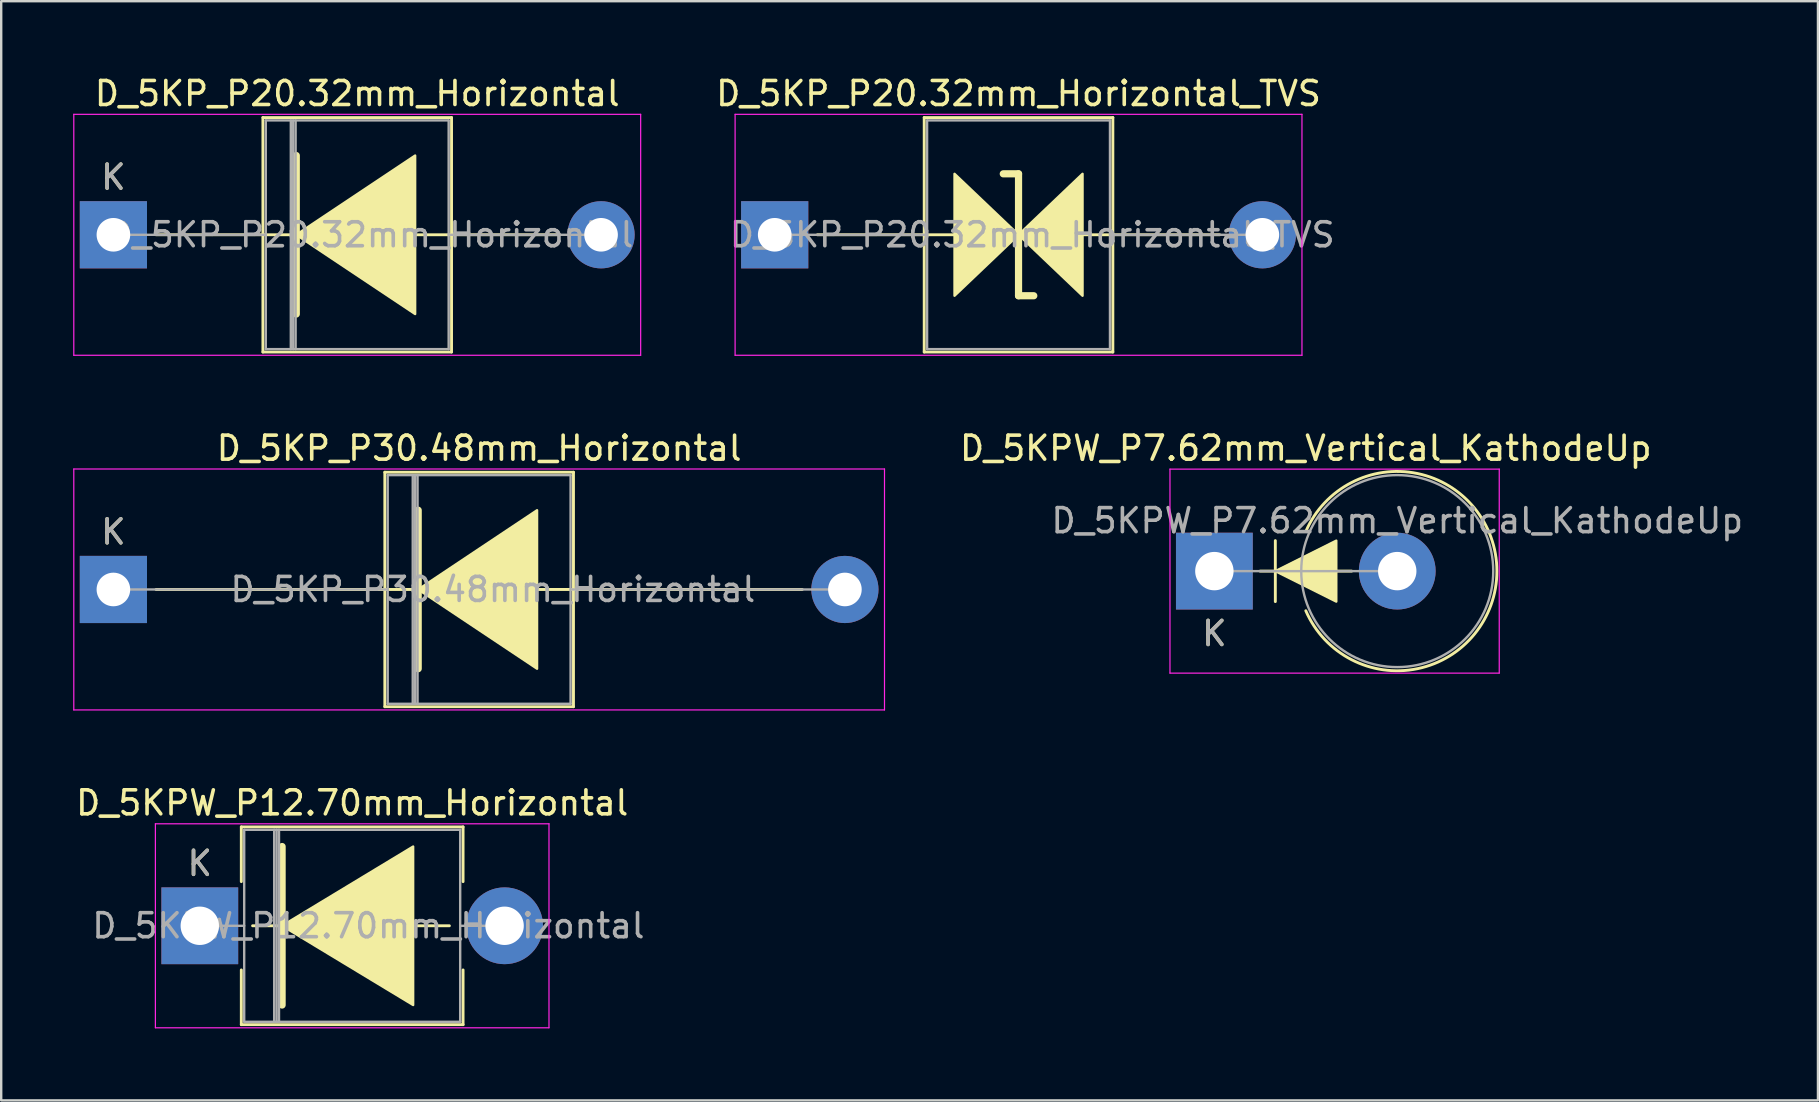
<source format=kicad_pcb>
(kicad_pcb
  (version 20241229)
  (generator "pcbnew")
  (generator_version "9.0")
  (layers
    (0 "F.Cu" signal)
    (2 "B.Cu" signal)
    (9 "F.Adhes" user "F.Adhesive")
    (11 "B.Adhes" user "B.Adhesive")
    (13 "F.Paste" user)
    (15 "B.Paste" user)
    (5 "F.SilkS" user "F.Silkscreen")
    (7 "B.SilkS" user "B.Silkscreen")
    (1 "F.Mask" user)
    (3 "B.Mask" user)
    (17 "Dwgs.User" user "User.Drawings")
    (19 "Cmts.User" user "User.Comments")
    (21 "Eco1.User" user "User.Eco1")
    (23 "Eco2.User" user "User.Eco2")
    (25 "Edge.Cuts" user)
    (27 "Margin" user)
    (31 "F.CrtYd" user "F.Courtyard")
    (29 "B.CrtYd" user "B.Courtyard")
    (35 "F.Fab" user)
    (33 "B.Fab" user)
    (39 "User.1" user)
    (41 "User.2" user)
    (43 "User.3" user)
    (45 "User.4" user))
  (footprint "D_5KPW_P12.70mm_Horizontal"
    (layer "F.Cu")
    (at 5.275 35.525)
    (property "Reference" "D_5KPW_P12.70mm_Horizontal" (at 6.35 -5.12 0) (layer "F.SilkS") (effects (font (size 1 1) (thickness 0.15))))
    (attr through_hole)
    (fp_line (start 1.73 -4.12) (end 10.97 -4.12) (stroke (width 0.12) (type solid)) (layer "F.SilkS"))
    (fp_line (start 1.73 -1.84) (end 1.73 -4.12) (stroke (width 0.12) (type solid)) (layer "F.SilkS"))
    (fp_line (start 1.73 1.84) (end 1.73 4.12) (stroke (width 0.12) (type solid)) (layer "F.SilkS"))
    (fp_line (start 1.73 4.12) (end 10.97 4.12) (stroke (width 0.12) (type solid)) (layer "F.SilkS"))
    (fp_line (start 2.2 0) (end 3.429 0) (stroke (width 0.12) (type solid)) (layer "F.SilkS"))
    (fp_line (start 3.429 -3.302) (end 3.429 3.302) (stroke (width 0.3) (type solid)) (layer "F.SilkS"))
    (fp_line (start 10.4 0) (end 8.4 0) (stroke (width 0.12) (type solid)) (layer "F.SilkS"))
    (fp_line (start 10.97 -4.12) (end 10.97 -1.84) (stroke (width 0.12) (type solid)) (layer "F.SilkS"))
    (fp_line (start 10.97 4.12) (end 10.97 1.84) (stroke (width 0.12) (type solid)) (layer "F.SilkS"))
    (fp_poly (pts (xy 8.89 3.302) (xy 3.429 0) (xy 8.89 -3.302)) (stroke (width 0.1) (type solid)) (fill yes) (layer "F.SilkS"))
    (fp_line (start -1.85 -4.25) (end -1.85 4.25) (stroke (width 0.05) (type solid)) (layer "F.CrtYd"))
    (fp_line (start -1.85 4.25) (end 14.55 4.25) (stroke (width 0.05) (type solid)) (layer "F.CrtYd"))
    (fp_line (start 14.55 -4.25) (end -1.85 -4.25) (stroke (width 0.05) (type solid)) (layer "F.CrtYd"))
    (fp_line (start 14.55 4.25) (end 14.55 -4.25) (stroke (width 0.05) (type solid)) (layer "F.CrtYd"))
    (fp_line (start 0 0) (end 1.85 0) (stroke (width 0.1) (type solid)) (layer "F.Fab"))
    (fp_line (start 1.85 -4) (end 1.85 4) (stroke (width 0.1) (type solid)) (layer "F.Fab"))
    (fp_line (start 1.85 4) (end 10.85 4) (stroke (width 0.1) (type solid)) (layer "F.Fab"))
    (fp_line (start 3.1 -4) (end 3.1 4) (stroke (width 0.1) (type solid)) (layer "F.Fab"))
    (fp_line (start 3.2 -4) (end 3.2 4) (stroke (width 0.1) (type solid)) (layer "F.Fab"))
    (fp_line (start 3.3 -4) (end 3.3 4) (stroke (width 0.1) (type solid)) (layer "F.Fab"))
    (fp_line (start 10.85 -4) (end 1.85 -4) (stroke (width 0.1) (type solid)) (layer "F.Fab"))
    (fp_line (start 10.85 4) (end 10.85 -4) (stroke (width 0.1) (type solid)) (layer "F.Fab"))
    (fp_line (start 12.7 0) (end 10.85 0) (stroke (width 0.1) (type solid)) (layer "F.Fab"))
    (fp_text user "K" (at 0 -2.6 0) (layer "F.SilkS") (effects (font (size 1 1) (thickness 0.15))))
    (fp_text user "K" (at 0 -2.6 0) (layer "F.Fab") (effects (font (size 1 1) (thickness 0.15))))
    (fp_text user "${REFERENCE}" (at 7.025 0 0) (layer "F.Fab") (effects (font (size 1 1) (thickness 0.15))))
    (pad "1" thru_hole rect (at 0 0) (size 3.2 3.2) (drill 1.6) (layers "*.Cu" "*.Mask"))
    (pad "2" thru_hole oval (at 12.7 0) (size 3.2 3.2) (drill 1.6) (layers "*.Cu" "*.Mask")))
  (footprint "D_5KP_P30.48mm_Horizontal"
    (layer "F.Cu")
    (at 1.675 21.512)
    (property "Reference" "D_5KP_P30.48mm_Horizontal" (at 15.24 -5.885 0) (layer "F.SilkS") (effects (font (size 1 1) (thickness 0.15))))
    (attr through_hole)
    (fp_line (start 1.778 0) (end 12.573 0) (stroke (width 0.12) (type solid)) (layer "F.SilkS"))
    (fp_line (start 11.31 -4.885) (end 11.31 4.885) (stroke (width 0.12) (type solid)) (layer "F.SilkS"))
    (fp_line (start 11.31 4.885) (end 19.17 4.885) (stroke (width 0.12) (type solid)) (layer "F.SilkS"))
    (fp_line (start 12.7 -3.302) (end 12.7 3.302) (stroke (width 0.3) (type solid)) (layer "F.SilkS"))
    (fp_line (start 19.17 -4.885) (end 11.31 -4.885) (stroke (width 0.12) (type solid)) (layer "F.SilkS"))
    (fp_line (start 19.17 4.885) (end 19.17 -4.885) (stroke (width 0.12) (type solid)) (layer "F.SilkS"))
    (fp_line (start 28.702 0) (end 17.69 0) (stroke (width 0.12) (type solid)) (layer "F.SilkS"))
    (fp_poly (pts (xy 17.653 3.302) (xy 12.7 0) (xy 17.653 -3.302)) (stroke (width 0.1) (type solid)) (fill yes) (layer "F.SilkS"))
    (fp_line (start -1.65 -5.02) (end -1.65 5.02) (stroke (width 0.05) (type solid)) (layer "F.CrtYd"))
    (fp_line (start -1.65 5.02) (end 32.13 5.02) (stroke (width 0.05) (type solid)) (layer "F.CrtYd"))
    (fp_line (start 32.13 -5.02) (end -1.65 -5.02) (stroke (width 0.05) (type solid)) (layer "F.CrtYd"))
    (fp_line (start 32.13 5.02) (end 32.13 -5.02) (stroke (width 0.05) (type solid)) (layer "F.CrtYd"))
    (fp_line (start 0 0) (end 11.43 0) (stroke (width 0.1) (type solid)) (layer "F.Fab"))
    (fp_line (start 11.43 -4.765) (end 11.43 4.765) (stroke (width 0.1) (type solid)) (layer "F.Fab"))
    (fp_line (start 11.43 4.765) (end 19.05 4.765) (stroke (width 0.1) (type solid)) (layer "F.Fab"))
    (fp_line (start 12.473 -4.765) (end 12.473 4.765) (stroke (width 0.1) (type solid)) (layer "F.Fab"))
    (fp_line (start 12.573 -4.765) (end 12.573 4.765) (stroke (width 0.1) (type solid)) (layer "F.Fab"))
    (fp_line (start 12.673 -4.765) (end 12.673 4.765) (stroke (width 0.1) (type solid)) (layer "F.Fab"))
    (fp_line (start 19.05 -4.765) (end 11.43 -4.765) (stroke (width 0.1) (type solid)) (layer "F.Fab"))
    (fp_line (start 19.05 4.765) (end 19.05 -4.765) (stroke (width 0.1) (type solid)) (layer "F.Fab"))
    (fp_line (start 30.48 0) (end 19.05 0) (stroke (width 0.1) (type solid)) (layer "F.Fab"))
    (fp_text user "K" (at 0 -2.4 0) (layer "F.SilkS") (effects (font (size 1 1) (thickness 0.15))))
    (fp_text user "${REFERENCE}" (at 15.812 0 0) (layer "F.Fab") (effects (font (size 1 1) (thickness 0.15))))
    (fp_text user "K" (at 0 -2.4 0) (layer "F.Fab") (effects (font (size 1 1) (thickness 0.15))))
    (pad "1" thru_hole rect (at 0 0) (size 2.8 2.8) (drill 1.4) (layers "*.Cu" "*.Mask"))
    (pad "2" thru_hole oval (at 30.48 0) (size 2.8 2.8) (drill 1.4) (layers "*.Cu" "*.Mask")))
  (footprint "D_5KPW_P7.62mm_Vertical_KathodeUp"
    (layer "F.Cu")
    (at 47.55 20.747)
    (property "Reference" "D_5KPW_P7.62mm_Vertical_KathodeUp" (at 3.81 -5.12 0) (layer "F.SilkS") (effects (font (size 1 1) (thickness 0.15))))
    (attr through_hole)
    (fp_line (start 1.905 0) (end 5.72 0) (stroke (width 0.12) (type solid)) (layer "F.SilkS"))
    (fp_line (start 2.54 1.27) (end 2.54 -1.27) (stroke (width 0.12) (type solid)) (layer "F.SilkS"))
    (fp_arc (start 3.810001 -1.651) (mid 11.772336 0) (end 3.810001 1.650999) (stroke (width 0.12) (type solid)) (layer "F.SilkS"))
    (fp_poly (pts (xy 5.08 1.27) (xy 2.54 0) (xy 5.08 -1.27)) (stroke (width 0.1) (type solid)) (fill yes) (layer "F.SilkS"))
    (fp_line (start -1.85 -4.25) (end -1.85 4.25) (stroke (width 0.05) (type solid)) (layer "F.CrtYd"))
    (fp_line (start -1.85 4.25) (end 11.87 4.25) (stroke (width 0.05) (type solid)) (layer "F.CrtYd"))
    (fp_line (start 11.87 -4.25) (end -1.85 -4.25) (stroke (width 0.05) (type solid)) (layer "F.CrtYd"))
    (fp_line (start 11.87 4.25) (end 11.87 -4.25) (stroke (width 0.05) (type solid)) (layer "F.CrtYd"))
    (fp_line (start 0 0) (end 7.62 0) (stroke (width 0.1) (type solid)) (layer "F.Fab"))
    (fp_circle (center 7.62 0) (end 11.62 0) (stroke (width 0.1) (type solid)) (fill no) (layer "F.Fab"))
    (fp_text user "K" (at 0 2.6 0) (layer "F.SilkS") (effects (font (size 1 1) (thickness 0.15))))
    (fp_text user "${REFERENCE}" (at 7.62 -2.1 0) (layer "F.Fab") (effects (font (size 1 1) (thickness 0.15))))
    (fp_text user "K" (at 0 2.6 0) (layer "F.Fab") (effects (font (size 1 1) (thickness 0.15))))
    (pad "1" thru_hole rect (at 0 0) (size 3.2 3.2) (drill 1.6) (layers "*.Cu" "*.Mask"))
    (pad "2" thru_hole oval (at 7.62 0) (size 3.2 3.2) (drill 1.6) (layers "*.Cu" "*.Mask")))
  (footprint "D_5KP_P20.32mm_Horizontal_TVS"
    (layer "F.Cu")
    (at 29.23 6.733)
    (property "Reference" "D_5KP_P20.32mm_Horizontal_TVS" (at 10.16 -5.885 0) (layer "F.SilkS") (effects (font (size 1 1) (thickness 0.15))))
    (attr through_hole)
    (fp_line (start 1.778 0) (end 7.493 0) (stroke (width 0.12) (type solid)) (layer "F.SilkS"))
    (fp_line (start 6.23 -4.885) (end 6.23 4.885) (stroke (width 0.12) (type solid)) (layer "F.SilkS"))
    (fp_line (start 6.23 4.885) (end 14.09 4.885) (stroke (width 0.12) (type solid)) (layer "F.SilkS"))
    (fp_line (start 10.16 -2.54) (end 9.525 -2.54) (stroke (width 0.3) (type solid)) (layer "F.SilkS"))
    (fp_line (start 10.16 2.54) (end 10.16 -2.54) (stroke (width 0.3) (type solid)) (layer "F.SilkS"))
    (fp_line (start 10.795 2.54) (end 10.16 2.54) (stroke (width 0.3) (type solid)) (layer "F.SilkS"))
    (fp_line (start 14.09 -4.885) (end 6.23 -4.885) (stroke (width 0.12) (type solid)) (layer "F.SilkS"))
    (fp_line (start 14.09 4.885) (end 14.09 -4.885) (stroke (width 0.12) (type solid)) (layer "F.SilkS"))
    (fp_line (start 18.542 0) (end 12.827 0) (stroke (width 0.12) (type solid)) (layer "F.SilkS"))
    (fp_poly (pts (xy 10.16 0) (xy 7.493 2.54) (xy 7.493 -2.54)) (stroke (width 0.1) (type solid)) (fill yes) (layer "F.SilkS"))
    (fp_poly (pts (xy 10.16 0) (xy 12.827 -2.54) (xy 12.827 2.54)) (stroke (width 0.1) (type solid)) (fill yes) (layer "F.SilkS"))
    (fp_line (start -1.65 -5.02) (end -1.65 5.02) (stroke (width 0.05) (type solid)) (layer "F.CrtYd"))
    (fp_line (start -1.65 5.02) (end 21.97 5.02) (stroke (width 0.05) (type solid)) (layer "F.CrtYd"))
    (fp_line (start 21.97 -5.02) (end -1.65 -5.02) (stroke (width 0.05) (type solid)) (layer "F.CrtYd"))
    (fp_line (start 21.97 5.02) (end 21.97 -5.02) (stroke (width 0.05) (type solid)) (layer "F.CrtYd"))
    (fp_line (start 0 0) (end 6.35 0) (stroke (width 0.1) (type solid)) (layer "F.Fab"))
    (fp_line (start 6.35 -4.765) (end 6.35 4.765) (stroke (width 0.1) (type solid)) (layer "F.Fab"))
    (fp_line (start 6.35 4.765) (end 13.97 4.765) (stroke (width 0.1) (type solid)) (layer "F.Fab"))
    (fp_line (start 13.97 -4.765) (end 6.35 -4.765) (stroke (width 0.1) (type solid)) (layer "F.Fab"))
    (fp_line (start 13.97 4.765) (end 13.97 -4.765) (stroke (width 0.1) (type solid)) (layer "F.Fab"))
    (fp_line (start 20.32 0) (end 13.97 0) (stroke (width 0.1) (type solid)) (layer "F.Fab"))
    (fp_text user "${REFERENCE}" (at 10.732 0 0) (layer "F.Fab") (effects (font (size 1 1) (thickness 0.15))))
    (pad "1" thru_hole rect (at 0 0) (size 2.8 2.8) (drill 1.4) (layers "*.Cu" "*.Mask"))
    (pad "2" thru_hole oval (at 20.32 0) (size 2.8 2.8) (drill 1.4) (layers "*.Cu" "*.Mask")))
  (footprint "D_5KP_P20.32mm_Horizontal"
    (layer "F.Cu")
    (at 1.675 6.733)
    (property "Reference" "D_5KP_P20.32mm_Horizontal" (at 10.16 -5.885 0) (layer "F.SilkS") (effects (font (size 1 1) (thickness 0.15))))
    (attr through_hole)
    (fp_line (start 1.778 0) (end 7.493 0) (stroke (width 0.12) (type solid)) (layer "F.SilkS"))
    (fp_line (start 6.23 -4.885) (end 6.23 4.885) (stroke (width 0.12) (type solid)) (layer "F.SilkS"))
    (fp_line (start 6.23 4.885) (end 14.09 4.885) (stroke (width 0.12) (type solid)) (layer "F.SilkS"))
    (fp_line (start 7.62 -3.302) (end 7.62 3.302) (stroke (width 0.3) (type solid)) (layer "F.SilkS"))
    (fp_line (start 14.09 -4.885) (end 6.23 -4.885) (stroke (width 0.12) (type solid)) (layer "F.SilkS"))
    (fp_line (start 14.09 4.885) (end 14.09 -4.885) (stroke (width 0.12) (type solid)) (layer "F.SilkS"))
    (fp_line (start 18.542 0) (end 12.61 0) (stroke (width 0.12) (type solid)) (layer "F.SilkS"))
    (fp_poly (pts (xy 12.573 3.302) (xy 7.62 0) (xy 12.573 -3.302)) (stroke (width 0.1) (type solid)) (fill yes) (layer "F.SilkS"))
    (fp_line (start -1.65 -5.02) (end -1.65 5.02) (stroke (width 0.05) (type solid)) (layer "F.CrtYd"))
    (fp_line (start -1.65 5.02) (end 21.97 5.02) (stroke (width 0.05) (type solid)) (layer "F.CrtYd"))
    (fp_line (start 21.97 -5.02) (end -1.65 -5.02) (stroke (width 0.05) (type solid)) (layer "F.CrtYd"))
    (fp_line (start 21.97 5.02) (end 21.97 -5.02) (stroke (width 0.05) (type solid)) (layer "F.CrtYd"))
    (fp_line (start 0 0) (end 6.35 0) (stroke (width 0.1) (type solid)) (layer "F.Fab"))
    (fp_line (start 6.35 -4.765) (end 6.35 4.765) (stroke (width 0.1) (type solid)) (layer "F.Fab"))
    (fp_line (start 6.35 4.765) (end 13.97 4.765) (stroke (width 0.1) (type solid)) (layer "F.Fab"))
    (fp_line (start 7.393 -4.765) (end 7.393 4.765) (stroke (width 0.1) (type solid)) (layer "F.Fab"))
    (fp_line (start 7.493 -4.765) (end 7.493 4.765) (stroke (width 0.1) (type solid)) (layer "F.Fab"))
    (fp_line (start 7.593 -4.765) (end 7.593 4.765) (stroke (width 0.1) (type solid)) (layer "F.Fab"))
    (fp_line (start 13.97 -4.765) (end 6.35 -4.765) (stroke (width 0.1) (type solid)) (layer "F.Fab"))
    (fp_line (start 13.97 4.765) (end 13.97 -4.765) (stroke (width 0.1) (type solid)) (layer "F.Fab"))
    (fp_line (start 20.32 0) (end 13.97 0) (stroke (width 0.1) (type solid)) (layer "F.Fab"))
    (fp_text user "K" (at 0 -2.4 0) (layer "F.SilkS") (effects (font (size 1 1) (thickness 0.15))))
    (fp_text user "${REFERENCE}" (at 10.732 0 0) (layer "F.Fab") (effects (font (size 1 1) (thickness 0.15))))
    (fp_text user "K" (at 0 -2.4 0) (layer "F.Fab") (effects (font (size 1 1) (thickness 0.15))))
    (pad "1" thru_hole rect (at 0 0) (size 2.8 2.8) (drill 1.4) (layers "*.Cu" "*.Mask"))
    (pad "2" thru_hole oval (at 20.32 0) (size 2.8 2.8) (drill 1.4) (layers "*.Cu" "*.Mask")))
  (gr_rect
    (start -3 -3)
    (end 72.7 42.8)
    (stroke (width 0.1) (type default))
    (fill no)
    (layer "Edge.Cuts")))
</source>
